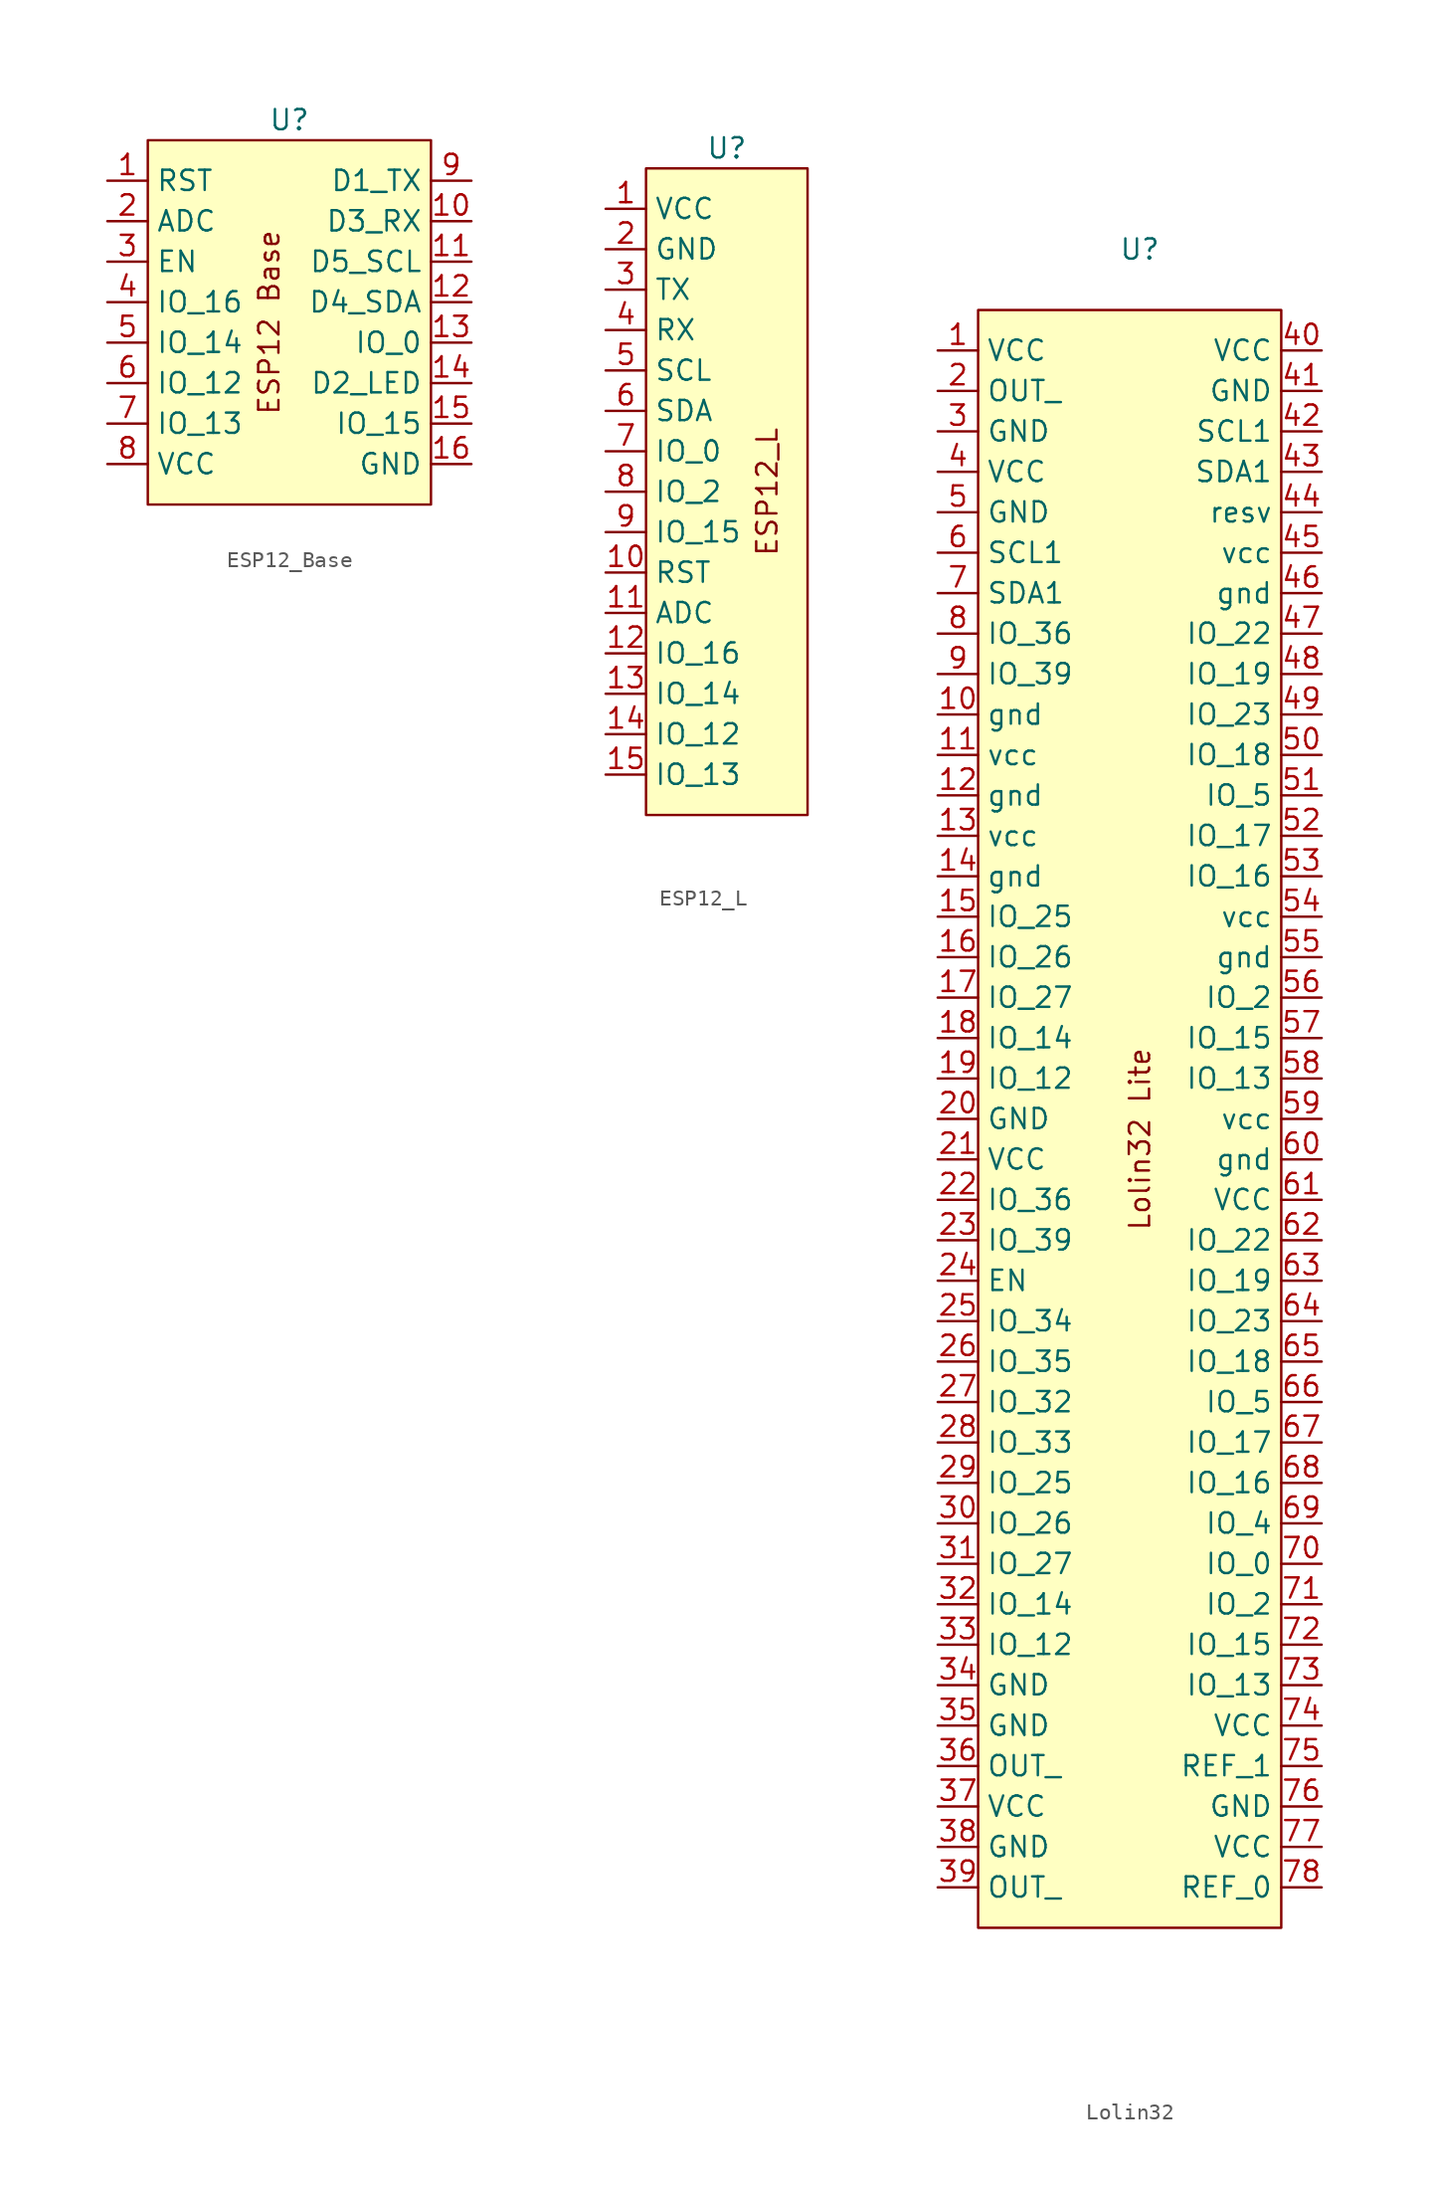
<source format=kicad_sym>
(kicad_symbol_lib
  (version 20220914)
  (generator kicad_symbol_editor)
  (symbol "ESP12_Base"
    (property "Reference" "U"
      (at 0 0 0)
      (effects (font (size 1.27 1.27))))
    (property "Value" ""
      (at 0 0 0)
      (effects (font (size 1.27 1.27))))
    (symbol "ESP12_Base_1_1"
      (rectangle (start -8.89 -1.27) (end 8.89 -24.13) (stroke (width 0) (type default)) (fill (type background)))
      (text "ESP12 Base\n" (at -1.27 -12.7 900) (effects (font (size 1.27 1.27))))
      (pin bidirectional line (at -11.43 -3.81 0) (length 2.54) (name "RST" (effects (font (size 1.27 1.27)))) (number "1" (effects (font (size 1.27 1.27)))))
      (pin bidirectional line (at 11.43 -6.35 180) (length 2.54) (name "D3_RX" (effects (font (size 1.27 1.27)))) (number "10" (effects (font (size 1.27 1.27)))))
      (pin bidirectional line (at 11.43 -8.89 180) (length 2.54) (name "D5_SCL" (effects (font (size 1.27 1.27)))) (number "11" (effects (font (size 1.27 1.27)))))
      (pin bidirectional line (at 11.43 -11.43 180) (length 2.54) (name "D4_SDA" (effects (font (size 1.27 1.27)))) (number "12" (effects (font (size 1.27 1.27)))))
      (pin bidirectional line (at 11.43 -13.97 180) (length 2.54) (name "IO_0" (effects (font (size 1.27 1.27)))) (number "13" (effects (font (size 1.27 1.27)))))
      (pin bidirectional line (at 11.43 -16.51 180) (length 2.54) (name "D2_LED" (effects (font (size 1.27 1.27)))) (number "14" (effects (font (size 1.27 1.27)))))
      (pin bidirectional line (at 11.43 -19.05 180) (length 2.54) (name "IO_15" (effects (font (size 1.27 1.27)))) (number "15" (effects (font (size 1.27 1.27)))))
      (pin power_in line (at 11.43 -21.59 180) (length 2.54) (name "GND" (effects (font (size 1.27 1.27)))) (number "16" (effects (font (size 1.27 1.27)))))
      (pin bidirectional line (at -11.43 -6.35 0) (length 2.54) (name "ADC" (effects (font (size 1.27 1.27)))) (number "2" (effects (font (size 1.27 1.27)))))
      (pin input line (at -11.43 -8.89 0) (length 2.54) (name "EN" (effects (font (size 1.27 1.27)))) (number "3" (effects (font (size 1.27 1.27)))))
      (pin bidirectional line (at -11.43 -11.43 0) (length 2.54) (name "IO_16" (effects (font (size 1.27 1.27)))) (number "4" (effects (font (size 1.27 1.27)))))
      (pin bidirectional line (at -11.43 -13.97 0) (length 2.54) (name "IO_14" (effects (font (size 1.27 1.27)))) (number "5" (effects (font (size 1.27 1.27)))))
      (pin bidirectional line (at -11.43 -16.51 0) (length 2.54) (name "IO_12" (effects (font (size 1.27 1.27)))) (number "6" (effects (font (size 1.27 1.27)))))
      (pin bidirectional line (at -11.43 -19.05 0) (length 2.54) (name "IO_13" (effects (font (size 1.27 1.27)))) (number "7" (effects (font (size 1.27 1.27)))))
      (pin power_in line (at -11.43 -21.59 0) (length 2.54) (name "VCC" (effects (font (size 1.27 1.27)))) (number "8" (effects (font (size 1.27 1.27)))))
      (pin bidirectional line (at 11.43 -3.81 180) (length 2.54) (name "D1_TX" (effects (font (size 1.27 1.27)))) (number "9" (effects (font (size 1.27 1.27)))))))
  (symbol "ESP12_L"
    (property "Reference" "U"
      (at 0 0 0)
      (effects (font (size 1.27 1.27))))
    (property "Value" ""
      (at 0 0 0)
      (effects (font (size 1.27 1.27))))
    (symbol "ESP12_L_1_1"
      (rectangle (start -5.08 -1.27) (end 5.08 -41.91) (stroke (width 0) (type default)) (fill (type background)))
      (text "ESP12_L\n" (at 2.54 -21.59 900) (effects (font (size 1.27 1.27))))
      (pin power_in line (at -7.62 -3.81 0) (length 2.54) (name "VCC" (effects (font (size 1.27 1.27)))) (number "1" (effects (font (size 1.27 1.27)))))
      (pin bidirectional line (at -7.62 -26.67 0) (length 2.54) (name "RST" (effects (font (size 1.27 1.27)))) (number "10" (effects (font (size 1.27 1.27)))))
      (pin bidirectional line (at -7.62 -29.21 0) (length 2.54) (name "ADC" (effects (font (size 1.27 1.27)))) (number "11" (effects (font (size 1.27 1.27)))))
      (pin bidirectional line (at -7.62 -31.75 0) (length 2.54) (name "IO_16" (effects (font (size 1.27 1.27)))) (number "12" (effects (font (size 1.27 1.27)))))
      (pin bidirectional line (at -7.62 -34.29 0) (length 2.54) (name "IO_14" (effects (font (size 1.27 1.27)))) (number "13" (effects (font (size 1.27 1.27)))))
      (pin bidirectional line (at -7.62 -36.83 0) (length 2.54) (name "IO_12" (effects (font (size 1.27 1.27)))) (number "14" (effects (font (size 1.27 1.27)))))
      (pin bidirectional line (at -7.62 -39.37 0) (length 2.54) (name "IO_13" (effects (font (size 1.27 1.27)))) (number "15" (effects (font (size 1.27 1.27)))))
      (pin power_in line (at -7.62 -6.35 0) (length 2.54) (name "GND" (effects (font (size 1.27 1.27)))) (number "2" (effects (font (size 1.27 1.27)))))
      (pin bidirectional line (at -7.62 -8.89 0) (length 2.54) (name "TX" (effects (font (size 1.27 1.27)))) (number "3" (effects (font (size 1.27 1.27)))))
      (pin bidirectional line (at -7.62 -11.43 0) (length 2.54) (name "RX" (effects (font (size 1.27 1.27)))) (number "4" (effects (font (size 1.27 1.27)))))
      (pin bidirectional line (at -7.62 -13.97 0) (length 2.54) (name "SCL" (effects (font (size 1.27 1.27)))) (number "5" (effects (font (size 1.27 1.27)))))
      (pin bidirectional line (at -7.62 -16.51 0) (length 2.54) (name "SDA" (effects (font (size 1.27 1.27)))) (number "6" (effects (font (size 1.27 1.27)))))
      (pin bidirectional line (at -7.62 -19.05 0) (length 2.54) (name "IO_0" (effects (font (size 1.27 1.27)))) (number "7" (effects (font (size 1.27 1.27)))))
      (pin bidirectional line (at -7.62 -21.59 0) (length 2.54) (name "IO_2" (effects (font (size 1.27 1.27)))) (number "8" (effects (font (size 1.27 1.27)))))
      (pin bidirectional line (at -7.62 -24.13 0) (length 2.54) (name "IO_15" (effects (font (size 1.27 1.27)))) (number "9" (effects (font (size 1.27 1.27)))))))
  (symbol "Lolin32"
    (property "Reference" "U"
      (at 0 0 0)
      (effects (font (size 1.27 1.27))))
    (property "Value" ""
      (at 0 0 0)
      (effects (font (size 1.27 1.27))))
    (symbol "Lolin32_1_1"
      (rectangle (start -10.16 -3.81) (end 8.89 -105.41) (stroke (width 0) (type default)) (fill (type background)))
      (text "Lolin32 Lite\n" (at 0 -55.88 900) (effects (font (size 1.27 1.27))))
      (pin power_in line (at -12.7 -6.35 0) (length 2.54) (name "VCC" (effects (font (size 1.27 1.27)))) (number "1" (effects (font (size 1.27 1.27)))))
      (pin power_in line (at -12.7 -29.21 0) (length 2.54) (name "gnd" (effects (font (size 1.27 1.27)))) (number "10" (effects (font (size 1.27 1.27)))))
      (pin power_in line (at -12.7 -31.75 0) (length 2.54) (name "vcc" (effects (font (size 1.27 1.27)))) (number "11" (effects (font (size 1.27 1.27)))))
      (pin power_in line (at -12.7 -34.29 0) (length 2.54) (name "gnd" (effects (font (size 1.27 1.27)))) (number "12" (effects (font (size 1.27 1.27)))))
      (pin power_in line (at -12.7 -36.83 0) (length 2.54) (name "vcc" (effects (font (size 1.27 1.27)))) (number "13" (effects (font (size 1.27 1.27)))))
      (pin power_in line (at -12.7 -39.37 0) (length 2.54) (name "gnd" (effects (font (size 1.27 1.27)))) (number "14" (effects (font (size 1.27 1.27)))))
      (pin bidirectional line (at -12.7 -41.91 0) (length 2.54) (name "IO_25" (effects (font (size 1.27 1.27)))) (number "15" (effects (font (size 1.27 1.27)))))
      (pin bidirectional line (at -12.7 -44.45 0) (length 2.54) (name "IO_26" (effects (font (size 1.27 1.27)))) (number "16" (effects (font (size 1.27 1.27)))))
      (pin bidirectional line (at -12.7 -46.99 0) (length 2.54) (name "IO_27" (effects (font (size 1.27 1.27)))) (number "17" (effects (font (size 1.27 1.27)))))
      (pin bidirectional line (at -12.7 -49.53 0) (length 2.54) (name "IO_14" (effects (font (size 1.27 1.27)))) (number "18" (effects (font (size 1.27 1.27)))))
      (pin bidirectional line (at -12.7 -52.07 0) (length 2.54) (name "IO_12" (effects (font (size 1.27 1.27)))) (number "19" (effects (font (size 1.27 1.27)))))
      (pin bidirectional line (at -12.7 -8.89 0) (length 2.54) (name "OUT_" (effects (font (size 1.27 1.27)))) (number "2" (effects (font (size 1.27 1.27)))))
      (pin power_in line (at -12.7 -54.61 0) (length 2.54) (name "GND" (effects (font (size 1.27 1.27)))) (number "20" (effects (font (size 1.27 1.27)))))
      (pin power_in line (at -12.7 -57.15 0) (length 2.54) (name "VCC" (effects (font (size 1.27 1.27)))) (number "21" (effects (font (size 1.27 1.27)))))
      (pin bidirectional line (at -12.7 -59.69 0) (length 2.54) (name "IO_36" (effects (font (size 1.27 1.27)))) (number "22" (effects (font (size 1.27 1.27)))))
      (pin bidirectional line (at -12.7 -62.23 0) (length 2.54) (name "IO_39" (effects (font (size 1.27 1.27)))) (number "23" (effects (font (size 1.27 1.27)))))
      (pin bidirectional line (at -12.7 -64.77 0) (length 2.54) (name "EN" (effects (font (size 1.27 1.27)))) (number "24" (effects (font (size 1.27 1.27)))))
      (pin bidirectional line (at -12.7 -67.31 0) (length 2.54) (name "IO_34" (effects (font (size 1.27 1.27)))) (number "25" (effects (font (size 1.27 1.27)))))
      (pin bidirectional line (at -12.7 -69.85 0) (length 2.54) (name "IO_35" (effects (font (size 1.27 1.27)))) (number "26" (effects (font (size 1.27 1.27)))))
      (pin bidirectional line (at -12.7 -72.39 0) (length 2.54) (name "IO_32" (effects (font (size 1.27 1.27)))) (number "27" (effects (font (size 1.27 1.27)))))
      (pin bidirectional line (at -12.7 -74.93 0) (length 2.54) (name "IO_33" (effects (font (size 1.27 1.27)))) (number "28" (effects (font (size 1.27 1.27)))))
      (pin bidirectional line (at -12.7 -77.47 0) (length 2.54) (name "IO_25" (effects (font (size 1.27 1.27)))) (number "29" (effects (font (size 1.27 1.27)))))
      (pin power_in line (at -12.7 -11.43 0) (length 2.54) (name "GND" (effects (font (size 1.27 1.27)))) (number "3" (effects (font (size 1.27 1.27)))))
      (pin bidirectional line (at -12.7 -80.01 0) (length 2.54) (name "IO_26" (effects (font (size 1.27 1.27)))) (number "30" (effects (font (size 1.27 1.27)))))
      (pin bidirectional line (at -12.7 -82.55 0) (length 2.54) (name "IO_27" (effects (font (size 1.27 1.27)))) (number "31" (effects (font (size 1.27 1.27)))))
      (pin bidirectional line (at -12.7 -85.09 0) (length 2.54) (name "IO_14" (effects (font (size 1.27 1.27)))) (number "32" (effects (font (size 1.27 1.27)))))
      (pin bidirectional line (at -12.7 -87.63 0) (length 2.54) (name "IO_12" (effects (font (size 1.27 1.27)))) (number "33" (effects (font (size 1.27 1.27)))))
      (pin power_in line (at -12.7 -90.17 0) (length 2.54) (name "GND" (effects (font (size 1.27 1.27)))) (number "34" (effects (font (size 1.27 1.27)))))
      (pin power_in line (at -12.7 -92.71 0) (length 2.54) (name "GND" (effects (font (size 1.27 1.27)))) (number "35" (effects (font (size 1.27 1.27)))))
      (pin bidirectional line (at -12.7 -95.25 0) (length 2.54) (name "OUT_" (effects (font (size 1.27 1.27)))) (number "36" (effects (font (size 1.27 1.27)))))
      (pin power_in line (at -12.7 -97.79 0) (length 2.54) (name "VCC" (effects (font (size 1.27 1.27)))) (number "37" (effects (font (size 1.27 1.27)))))
      (pin power_in line (at -12.7 -100.33 0) (length 2.54) (name "GND" (effects (font (size 1.27 1.27)))) (number "38" (effects (font (size 1.27 1.27)))))
      (pin bidirectional line (at -12.7 -102.87 0) (length 2.54) (name "OUT_" (effects (font (size 1.27 1.27)))) (number "39" (effects (font (size 1.27 1.27)))))
      (pin power_in line (at -12.7 -13.97 0) (length 2.54) (name "VCC" (effects (font (size 1.27 1.27)))) (number "4" (effects (font (size 1.27 1.27)))))
      (pin power_in line (at 11.43 -6.35 180) (length 2.54) (name "VCC" (effects (font (size 1.27 1.27)))) (number "40" (effects (font (size 1.27 1.27)))))
      (pin power_in line (at 11.43 -8.89 180) (length 2.54) (name "GND" (effects (font (size 1.27 1.27)))) (number "41" (effects (font (size 1.27 1.27)))))
      (pin bidirectional line (at 11.43 -11.43 180) (length 2.54) (name "SCL1" (effects (font (size 1.27 1.27)))) (number "42" (effects (font (size 1.27 1.27)))))
      (pin bidirectional line (at 11.43 -13.97 180) (length 2.54) (name "SDA1" (effects (font (size 1.27 1.27)))) (number "43" (effects (font (size 1.27 1.27)))))
      (pin bidirectional line (at 11.43 -16.51 180) (length 2.54) (name "resv" (effects (font (size 1.27 1.27)))) (number "44" (effects (font (size 1.27 1.27)))))
      (pin power_in line (at 11.43 -19.05 180) (length 2.54) (name "vcc" (effects (font (size 1.27 1.27)))) (number "45" (effects (font (size 1.27 1.27)))))
      (pin power_in line (at 11.43 -21.59 180) (length 2.54) (name "gnd" (effects (font (size 1.27 1.27)))) (number "46" (effects (font (size 1.27 1.27)))))
      (pin bidirectional line (at 11.43 -24.13 180) (length 2.54) (name "IO_22" (effects (font (size 1.27 1.27)))) (number "47" (effects (font (size 1.27 1.27)))))
      (pin bidirectional line (at 11.43 -26.67 180) (length 2.54) (name "IO_19" (effects (font (size 1.27 1.27)))) (number "48" (effects (font (size 1.27 1.27)))))
      (pin bidirectional line (at 11.43 -29.21 180) (length 2.54) (name "IO_23" (effects (font (size 1.27 1.27)))) (number "49" (effects (font (size 1.27 1.27)))))
      (pin power_in line (at -12.7 -16.51 0) (length 2.54) (name "GND" (effects (font (size 1.27 1.27)))) (number "5" (effects (font (size 1.27 1.27)))))
      (pin bidirectional line (at 11.43 -31.75 180) (length 2.54) (name "IO_18" (effects (font (size 1.27 1.27)))) (number "50" (effects (font (size 1.27 1.27)))))
      (pin bidirectional line (at 11.43 -34.29 180) (length 2.54) (name "IO_5" (effects (font (size 1.27 1.27)))) (number "51" (effects (font (size 1.27 1.27)))))
      (pin bidirectional line (at 11.43 -36.83 180) (length 2.54) (name "IO_17" (effects (font (size 1.27 1.27)))) (number "52" (effects (font (size 1.27 1.27)))))
      (pin bidirectional line (at 11.43 -39.37 180) (length 2.54) (name "IO_16" (effects (font (size 1.27 1.27)))) (number "53" (effects (font (size 1.27 1.27)))))
      (pin power_in line (at 11.43 -41.91 180) (length 2.54) (name "vcc" (effects (font (size 1.27 1.27)))) (number "54" (effects (font (size 1.27 1.27)))))
      (pin power_in line (at 11.43 -44.45 180) (length 2.54) (name "gnd" (effects (font (size 1.27 1.27)))) (number "55" (effects (font (size 1.27 1.27)))))
      (pin bidirectional line (at 11.43 -46.99 180) (length 2.54) (name "IO_2" (effects (font (size 1.27 1.27)))) (number "56" (effects (font (size 1.27 1.27)))))
      (pin bidirectional line (at 11.43 -49.53 180) (length 2.54) (name "IO_15" (effects (font (size 1.27 1.27)))) (number "57" (effects (font (size 1.27 1.27)))))
      (pin bidirectional line (at 11.43 -52.07 180) (length 2.54) (name "IO_13" (effects (font (size 1.27 1.27)))) (number "58" (effects (font (size 1.27 1.27)))))
      (pin power_in line (at 11.43 -54.61 180) (length 2.54) (name "vcc" (effects (font (size 1.27 1.27)))) (number "59" (effects (font (size 1.27 1.27)))))
      (pin bidirectional line (at -12.7 -19.05 0) (length 2.54) (name "SCL1" (effects (font (size 1.27 1.27)))) (number "6" (effects (font (size 1.27 1.27)))))
      (pin power_in line (at 11.43 -57.15 180) (length 2.54) (name "gnd" (effects (font (size 1.27 1.27)))) (number "60" (effects (font (size 1.27 1.27)))))
      (pin power_in line (at 11.43 -59.69 180) (length 2.54) (name "VCC" (effects (font (size 1.27 1.27)))) (number "61" (effects (font (size 1.27 1.27)))))
      (pin bidirectional line (at 11.43 -62.23 180) (length 2.54) (name "IO_22" (effects (font (size 1.27 1.27)))) (number "62" (effects (font (size 1.27 1.27)))))
      (pin bidirectional line (at 11.43 -64.77 180) (length 2.54) (name "IO_19" (effects (font (size 1.27 1.27)))) (number "63" (effects (font (size 1.27 1.27)))))
      (pin bidirectional line (at 11.43 -67.31 180) (length 2.54) (name "IO_23" (effects (font (size 1.27 1.27)))) (number "64" (effects (font (size 1.27 1.27)))))
      (pin bidirectional line (at 11.43 -69.85 180) (length 2.54) (name "IO_18" (effects (font (size 1.27 1.27)))) (number "65" (effects (font (size 1.27 1.27)))))
      (pin bidirectional line (at 11.43 -72.39 180) (length 2.54) (name "IO_5" (effects (font (size 1.27 1.27)))) (number "66" (effects (font (size 1.27 1.27)))))
      (pin bidirectional line (at 11.43 -74.93 180) (length 2.54) (name "IO_17" (effects (font (size 1.27 1.27)))) (number "67" (effects (font (size 1.27 1.27)))))
      (pin bidirectional line (at 11.43 -77.47 180) (length 2.54) (name "IO_16" (effects (font (size 1.27 1.27)))) (number "68" (effects (font (size 1.27 1.27)))))
      (pin bidirectional line (at 11.43 -80.01 180) (length 2.54) (name "IO_4" (effects (font (size 1.27 1.27)))) (number "69" (effects (font (size 1.27 1.27)))))
      (pin bidirectional line (at -12.7 -21.59 0) (length 2.54) (name "SDA1" (effects (font (size 1.27 1.27)))) (number "7" (effects (font (size 1.27 1.27)))))
      (pin bidirectional line (at 11.43 -82.55 180) (length 2.54) (name "IO_0" (effects (font (size 1.27 1.27)))) (number "70" (effects (font (size 1.27 1.27)))))
      (pin bidirectional line (at 11.43 -85.09 180) (length 2.54) (name "IO_2" (effects (font (size 1.27 1.27)))) (number "71" (effects (font (size 1.27 1.27)))))
      (pin bidirectional line (at 11.43 -87.63 180) (length 2.54) (name "IO_15" (effects (font (size 1.27 1.27)))) (number "72" (effects (font (size 1.27 1.27)))))
      (pin bidirectional line (at 11.43 -90.17 180) (length 2.54) (name "IO_13" (effects (font (size 1.27 1.27)))) (number "73" (effects (font (size 1.27 1.27)))))
      (pin power_in line (at 11.43 -92.71 180) (length 2.54) (name "VCC" (effects (font (size 1.27 1.27)))) (number "74" (effects (font (size 1.27 1.27)))))
      (pin bidirectional line (at 11.43 -95.25 180) (length 2.54) (name "REF_1" (effects (font (size 1.27 1.27)))) (number "75" (effects (font (size 1.27 1.27)))))
      (pin power_in line (at 11.43 -97.79 180) (length 2.54) (name "GND" (effects (font (size 1.27 1.27)))) (number "76" (effects (font (size 1.27 1.27)))))
      (pin power_in line (at 11.43 -100.33 180) (length 2.54) (name "VCC" (effects (font (size 1.27 1.27)))) (number "77" (effects (font (size 1.27 1.27)))))
      (pin bidirectional line (at 11.43 -102.87 180) (length 2.54) (name "REF_0" (effects (font (size 1.27 1.27)))) (number "78" (effects (font (size 1.27 1.27)))))
      (pin bidirectional line (at -12.7 -24.13 0) (length 2.54) (name "IO_36" (effects (font (size 1.27 1.27)))) (number "8" (effects (font (size 1.27 1.27)))))
      (pin bidirectional line (at -12.7 -26.67 0) (length 2.54) (name "IO_39" (effects (font (size 1.27 1.27)))) (number "9" (effects (font (size 1.27 1.27))))))))
</source>
